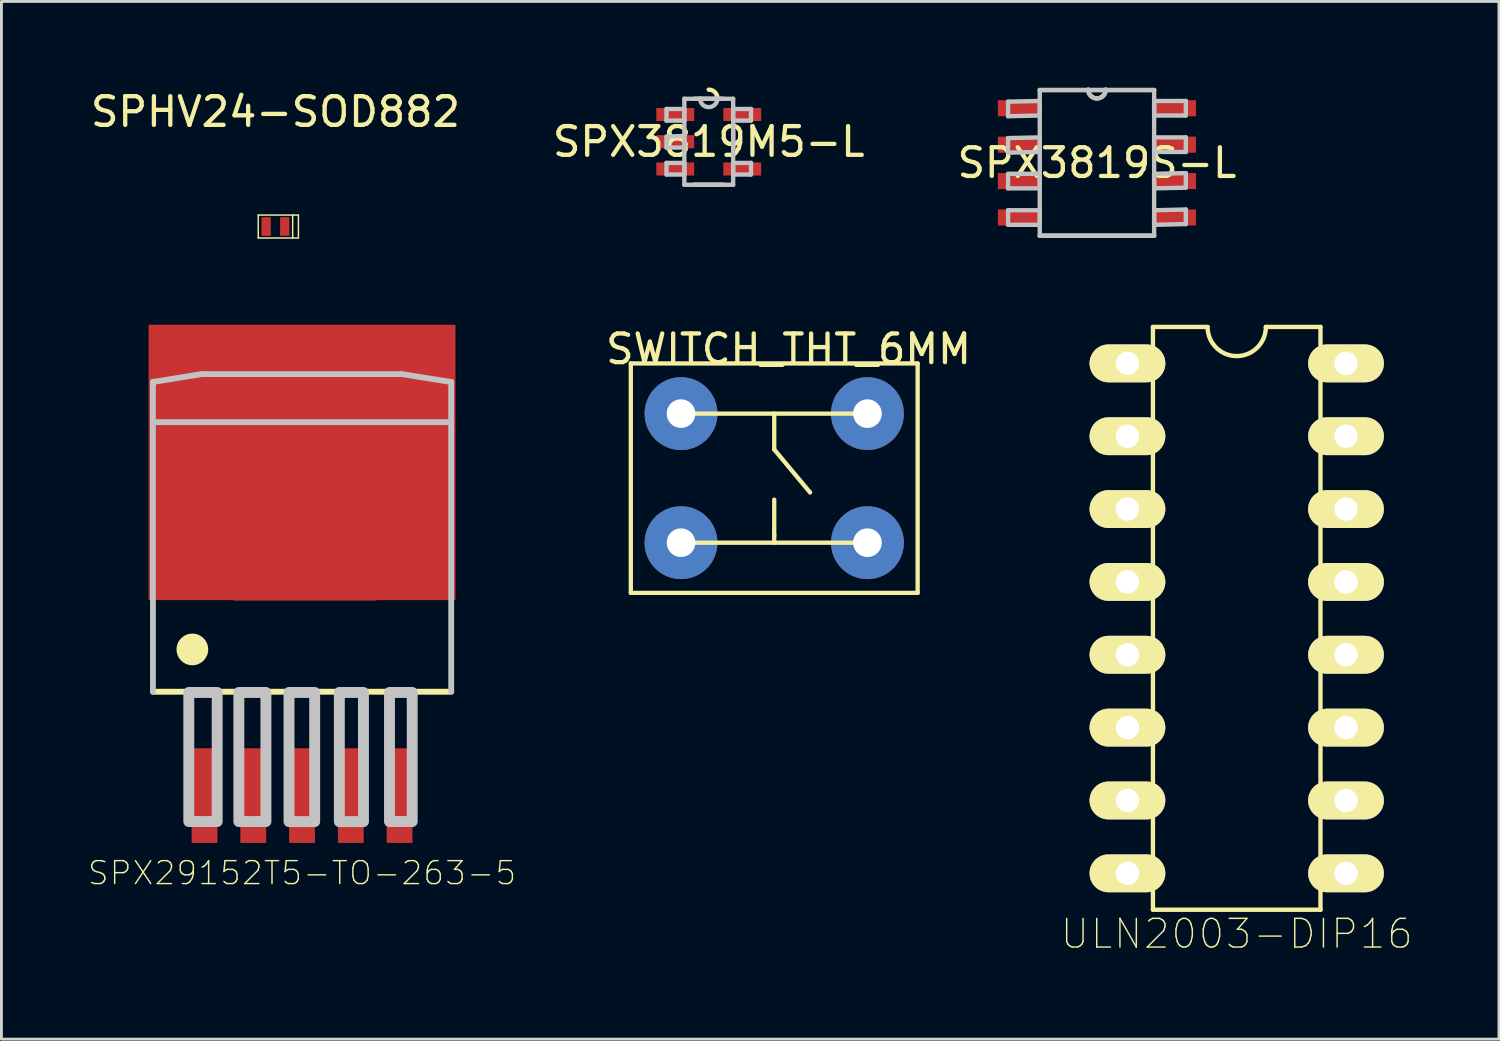
<source format=kicad_pcb>
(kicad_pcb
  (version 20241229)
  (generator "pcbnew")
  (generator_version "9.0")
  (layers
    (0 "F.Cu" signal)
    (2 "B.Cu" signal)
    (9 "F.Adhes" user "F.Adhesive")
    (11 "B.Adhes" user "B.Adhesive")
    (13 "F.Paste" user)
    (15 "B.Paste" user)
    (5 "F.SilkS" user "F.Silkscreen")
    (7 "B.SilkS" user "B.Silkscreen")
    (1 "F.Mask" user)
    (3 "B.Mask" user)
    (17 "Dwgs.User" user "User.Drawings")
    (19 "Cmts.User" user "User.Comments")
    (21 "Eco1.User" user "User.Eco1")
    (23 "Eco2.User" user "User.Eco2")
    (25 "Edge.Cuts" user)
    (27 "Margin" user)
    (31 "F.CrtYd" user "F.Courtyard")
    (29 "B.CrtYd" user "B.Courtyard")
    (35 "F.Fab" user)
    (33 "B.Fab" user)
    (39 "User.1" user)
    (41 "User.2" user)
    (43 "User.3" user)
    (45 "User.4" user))
  (footprint "ULN2003-DIP16"
    (layer "F.Cu")
    (at 43.069 28.509)
    (property "Reference" "ULN2003-DIP16" (at -3 1 0) (layer "F.SilkS") (effects (font (size 1 1) (thickness 0.05))))
    (attr through_hole)
    (fp_line (start -5.921 -20.16) (end -5.921 0.16) (stroke (width 0.152) (type solid)) (layer "F.SilkS"))
    (fp_line (start -5.921 -20.16) (end -4.016 -20.16) (stroke (width 0.152) (type solid)) (layer "F.SilkS"))
    (fp_line (start -0.079 -20.16) (end -1.984 -20.16) (stroke (width 0.152) (type solid)) (layer "F.SilkS"))
    (fp_line (start -0.079 0.16) (end -5.921 0.16) (stroke (width 0.152) (type solid)) (layer "F.SilkS"))
    (fp_line (start -0.079 0.16) (end -0.079 -20.16) (stroke (width 0.152) (type solid)) (layer "F.SilkS"))
    (fp_arc (start -1.984 -20.16) (mid -3 -19.144) (end -4.016 -20.16) (stroke (width 0.1524) (type solid)) (layer "F.SilkS"))
    (pad "1" thru_hole oval (at -6.81 -18.89) (size 2.642 1.321) (drill 0.813) (layers "*.Cu" "*.Mask" "F.SilkS"))
    (pad "2" thru_hole oval (at -6.81 -16.35) (size 2.642 1.321) (drill 0.813) (layers "*.Cu" "*.Mask" "F.SilkS"))
    (pad "3" thru_hole oval (at -6.81 -13.81) (size 2.642 1.321) (drill 0.813) (layers "*.Cu" "*.Mask" "F.SilkS"))
    (pad "4" thru_hole oval (at -6.81 -11.27) (size 2.642 1.321) (drill 0.813) (layers "*.Cu" "*.Mask" "F.SilkS"))
    (pad "5" thru_hole oval (at -6.81 -8.73) (size 2.642 1.321) (drill 0.813) (layers "*.Cu" "*.Mask" "F.SilkS"))
    (pad "6" thru_hole oval (at -6.81 -6.19) (size 2.642 1.321) (drill 0.813) (layers "*.Cu" "*.Mask" "F.SilkS"))
    (pad "7" thru_hole oval (at -6.81 -3.65) (size 2.642 1.321) (drill 0.813) (layers "*.Cu" "*.Mask" "F.SilkS"))
    (pad "8" thru_hole oval (at -6.81 -1.11) (size 2.642 1.321) (drill 0.813) (layers "*.Cu" "*.Mask" "F.SilkS"))
    (pad "9" thru_hole oval (at 0.81 -1.11) (size 2.642 1.321) (drill 0.813) (layers "*.Cu" "*.Mask" "F.SilkS"))
    (pad "10" thru_hole oval (at 0.81 -3.65) (size 2.642 1.321) (drill 0.813) (layers "*.Cu" "*.Mask" "F.SilkS"))
    (pad "11" thru_hole oval (at 0.81 -6.19) (size 2.642 1.321) (drill 0.813) (layers "*.Cu" "*.Mask" "F.SilkS"))
    (pad "12" thru_hole oval (at 0.81 -8.73) (size 2.642 1.321) (drill 0.813) (layers "*.Cu" "*.Mask" "F.SilkS"))
    (pad "13" thru_hole oval (at 0.81 -11.27) (size 2.642 1.321) (drill 0.813) (layers "*.Cu" "*.Mask" "F.SilkS"))
    (pad "14" thru_hole oval (at 0.81 -13.81) (size 2.642 1.321) (drill 0.813) (layers "*.Cu" "*.Mask" "F.SilkS"))
    (pad "15" thru_hole oval (at 0.81 -16.35) (size 2.642 1.321) (drill 0.813) (layers "*.Cu" "*.Mask" "F.SilkS"))
    (pad "16" thru_hole oval (at 0.81 -18.89) (size 2.642 1.321) (drill 0.813) (layers "*.Cu" "*.Mask" "F.SilkS")))
  (footprint "SWITCH_THT_6MM"
    (layer "F.Cu")
    (at 23.944 13.621)
    (property "Reference" "SWITCH_THT_6MM" (at 0.5 -4.5 0) (layer "F.SilkS") (effects (font (size 1 1) (thickness 0.15))))
    (attr through_hole)
    (fp_line (start -5 -4) (end 5 -4) (stroke (width 0.15) (type solid)) (layer "F.SilkS"))
    (fp_line (start -5 4) (end -5 -4) (stroke (width 0.15) (type solid)) (layer "F.SilkS"))
    (fp_line (start -3.25 -2.25) (end 3.25 -2.25) (stroke (width 0.15) (type solid)) (layer "F.SilkS"))
    (fp_line (start -3.25 2.25) (end 3.25 2.25) (stroke (width 0.15) (type solid)) (layer "F.SilkS"))
    (fp_line (start 0 -2.25) (end 0 -1) (stroke (width 0.15) (type solid)) (layer "F.SilkS"))
    (fp_line (start 0 -1) (end 1.25 0.5) (stroke (width 0.15) (type solid)) (layer "F.SilkS"))
    (fp_line (start 0 2) (end 0 0.75) (stroke (width 0.15) (type solid)) (layer "F.SilkS"))
    (fp_line (start 0 2) (end 0 2.25) (stroke (width 0.15) (type solid)) (layer "F.SilkS"))
    (fp_line (start 5 -4) (end 5 4) (stroke (width 0.15) (type solid)) (layer "F.SilkS"))
    (fp_line (start 5 4) (end -5 4) (stroke (width 0.15) (type solid)) (layer "F.SilkS"))
    (pad "1" thru_hole oval (at -3.25 -2.25) (size 2.54 2.54) (drill oval 1) (layers "*.Cu" "*.Mask"))
    (pad "2" thru_hole oval (at 3.25 -2.25) (size 2.54 2.54) (drill oval 1) (layers "*.Cu" "*.Mask"))
    (pad "3" thru_hole oval (at -3.25 2.25) (size 2.54 2.54) (drill oval 1) (layers "*.Cu" "*.Mask"))
    (pad "4" thru_hole oval (at 3.25 2.25) (size 2.54 2.54) (drill oval 1) (layers "*.Cu" "*.Mask")))
  (footprint "SPX29152T5-TO-263-5"
    (layer "F.Cu")
    (at 7.481 24.689)
    (property "Reference" "SPX29152T5-TO-263-5" (at 0 2.7 0) (layer "F.SilkS") (effects (font (size 0.8 0.8) (thickness 0.05))))
    (attr smd)
    (fp_line (start 5.201 -3.621) (end -5.199 -3.621) (stroke (width 0.203) (type solid)) (layer "F.SilkS"))
    (fp_circle (center -3.824 -5.096) (end -3.272 -5.096) (stroke (width 0) (type solid)) (fill yes) (layer "F.SilkS"))
    (fp_line (start -5.199 -14.421) (end -3.499 -14.696) (stroke (width 0.203) (type solid)) (layer "Dwgs.User"))
    (fp_line (start -5.199 -13.021) (end -5.199 -14.421) (stroke (width 0.203) (type solid)) (layer "Dwgs.User"))
    (fp_line (start -5.199 -13.021) (end 5.201 -13.021) (stroke (width 0.203) (type solid)) (layer "Dwgs.User"))
    (fp_line (start -5.199 -3.621) (end -5.199 -13.021) (stroke (width 0.203) (type solid)) (layer "Dwgs.User"))
    (fp_line (start -3.499 -14.696) (end 3.476 -14.696) (stroke (width 0.203) (type solid)) (layer "Dwgs.User"))
    (fp_line (start 3.476 -14.696) (end 5.201 -14.421) (stroke (width 0.203) (type solid)) (layer "Dwgs.User"))
    (fp_line (start 5.201 -14.421) (end 5.201 -13.021) (stroke (width 0.203) (type solid)) (layer "Dwgs.User"))
    (fp_line (start 5.201 -13.021) (end 5.201 -3.621) (stroke (width 0.203) (type solid)) (layer "Dwgs.User"))
    (fp_poly (pts (xy -3.948 -3.596) (xy -2.959 -3.596) (xy -2.959 0.904) (xy -3.948 0.904)) (stroke (width 0.381) (type solid)) (fill no) (layer "Dwgs.User"))
    (fp_poly (pts (xy -2.203 -3.596) (xy -1.259 -3.596) (xy -1.259 0.905) (xy -2.203 0.905)) (stroke (width 0.381) (type solid)) (fill no) (layer "Dwgs.User"))
    (fp_poly (pts (xy -0.454 -3.596) (xy 0.441 -3.596) (xy 0.441 0.907) (xy -0.454 0.907)) (stroke (width 0.381) (type solid)) (fill no) (layer "Dwgs.User"))
    (fp_poly (pts (xy 1.3 -3.596) (xy 2.141 -3.596) (xy 2.141 0.906) (xy 1.3 0.906)) (stroke (width 0.381) (type solid)) (fill no) (layer "Dwgs.User"))
    (fp_poly (pts (xy 3.049 -3.596) (xy 3.841 -3.596) (xy 3.841 0.905) (xy 3.049 0.905)) (stroke (width 0.381) (type solid)) (fill no) (layer "Dwgs.User"))
    (pad "1" smd rect (at -3.4 0) (size 0.9 3.3) (layers "F.Cu" "F.Mask" "F.Paste"))
    (pad "2" smd rect (at -1.7 0) (size 0.9 3.3) (layers "F.Cu" "F.Mask" "F.Paste"))
    (pad "3" smd rect (at 0 0) (size 0.9 3.3) (layers "F.Cu" "F.Mask" "F.Paste"))
    (pad "4" smd rect (at 1.7 0) (size 0.9 3.3) (layers "F.Cu" "F.Mask" "F.Paste"))
    (pad "5" smd rect (at 3.4 0) (size 0.9 3.3) (layers "F.Cu" "F.Mask" "F.Paste"))
    (pad "6" smd rect (at 0.1 -8.3) (size 5 3) (layers "F.Cu" "F.Mask" "F.Paste"))
    (pad "TAB" smd rect (at 0 -11.616) (size 10.7 9.6) (layers "F.Cu" "F.Mask" "F.Paste")))
  (footprint "SPX3819S-L"
    (layer "F.Cu")
    (at 35.196 2.629)
    (property "Reference" "SPX3819S-L" (at 0 0 0) (layer "F.SilkS") (effects (font (size 1 1) (thickness 0.15))))
    (attr through_hole)
    (fp_line (start -1.994 2.54) (end 1.994 2.54) (stroke (width 0.152) (type solid)) (layer "F.SilkS"))
    (fp_line (start 1.994 -2.54) (end -1.994 -2.54) (stroke (width 0.152) (type solid)) (layer "F.SilkS"))
    (fp_arc (start 0.3048 -2.5527) (mid 0 -2.2479) (end -0.3048 -2.5527) (stroke (width 0.1524) (type solid)) (layer "F.SilkS"))
    (fp_line (start -3.099 -2.134) (end -3.099 -1.626) (stroke (width 0.152) (type solid)) (layer "Dwgs.User"))
    (fp_line (start -3.099 -1.626) (end -1.994 -1.651) (stroke (width 0.152) (type solid)) (layer "Dwgs.User"))
    (fp_line (start -3.099 -0.864) (end -3.099 -0.356) (stroke (width 0.152) (type solid)) (layer "Dwgs.User"))
    (fp_line (start -3.099 -0.356) (end -1.994 -0.381) (stroke (width 0.152) (type solid)) (layer "Dwgs.User"))
    (fp_line (start -3.099 0.381) (end -3.099 0.889) (stroke (width 0.152) (type solid)) (layer "Dwgs.User"))
    (fp_line (start -3.099 0.889) (end -1.994 0.889) (stroke (width 0.152) (type solid)) (layer "Dwgs.User"))
    (fp_line (start -3.099 1.651) (end -3.099 2.159) (stroke (width 0.152) (type solid)) (layer "Dwgs.User"))
    (fp_line (start -3.099 2.159) (end -1.994 2.159) (stroke (width 0.152) (type solid)) (layer "Dwgs.User"))
    (fp_line (start -1.994 -2.54) (end -1.994 2.54) (stroke (width 0.152) (type solid)) (layer "Dwgs.User"))
    (fp_line (start -1.994 -2.159) (end -3.099 -2.134) (stroke (width 0.152) (type solid)) (layer "Dwgs.User"))
    (fp_line (start -1.994 -1.651) (end -1.994 -2.159) (stroke (width 0.152) (type solid)) (layer "Dwgs.User"))
    (fp_line (start -1.994 -0.889) (end -3.099 -0.864) (stroke (width 0.152) (type solid)) (layer "Dwgs.User"))
    (fp_line (start -1.994 -0.381) (end -1.994 -0.889) (stroke (width 0.152) (type solid)) (layer "Dwgs.User"))
    (fp_line (start -1.994 0.381) (end -3.099 0.381) (stroke (width 0.152) (type solid)) (layer "Dwgs.User"))
    (fp_line (start -1.994 0.889) (end -1.994 0.381) (stroke (width 0.152) (type solid)) (layer "Dwgs.User"))
    (fp_line (start -1.994 1.651) (end -3.099 1.651) (stroke (width 0.152) (type solid)) (layer "Dwgs.User"))
    (fp_line (start -1.994 2.159) (end -1.994 1.651) (stroke (width 0.152) (type solid)) (layer "Dwgs.User"))
    (fp_line (start -1.994 2.54) (end 1.994 2.54) (stroke (width 0.152) (type solid)) (layer "Dwgs.User"))
    (fp_line (start 1.994 -2.54) (end -1.994 -2.54) (stroke (width 0.152) (type solid)) (layer "Dwgs.User"))
    (fp_line (start 1.994 -2.159) (end 1.994 -1.651) (stroke (width 0.152) (type solid)) (layer "Dwgs.User"))
    (fp_line (start 1.994 -1.651) (end 3.099 -1.651) (stroke (width 0.152) (type solid)) (layer "Dwgs.User"))
    (fp_line (start 1.994 -0.889) (end 1.994 -0.381) (stroke (width 0.152) (type solid)) (layer "Dwgs.User"))
    (fp_line (start 1.994 -0.381) (end 3.099 -0.381) (stroke (width 0.152) (type solid)) (layer "Dwgs.User"))
    (fp_line (start 1.994 0.381) (end 1.994 0.889) (stroke (width 0.152) (type solid)) (layer "Dwgs.User"))
    (fp_line (start 1.994 0.889) (end 3.099 0.864) (stroke (width 0.152) (type solid)) (layer "Dwgs.User"))
    (fp_line (start 1.994 1.651) (end 1.994 2.159) (stroke (width 0.152) (type solid)) (layer "Dwgs.User"))
    (fp_line (start 1.994 2.159) (end 3.099 2.134) (stroke (width 0.152) (type solid)) (layer "Dwgs.User"))
    (fp_line (start 1.994 2.54) (end 1.994 -2.54) (stroke (width 0.152) (type solid)) (layer "Dwgs.User"))
    (fp_line (start 3.099 -2.159) (end 1.994 -2.159) (stroke (width 0.152) (type solid)) (layer "Dwgs.User"))
    (fp_line (start 3.099 -1.651) (end 3.099 -2.159) (stroke (width 0.152) (type solid)) (layer "Dwgs.User"))
    (fp_line (start 3.099 -0.889) (end 1.994 -0.889) (stroke (width 0.152) (type solid)) (layer "Dwgs.User"))
    (fp_line (start 3.099 -0.381) (end 3.099 -0.889) (stroke (width 0.152) (type solid)) (layer "Dwgs.User"))
    (fp_line (start 3.099 0.356) (end 1.994 0.381) (stroke (width 0.152) (type solid)) (layer "Dwgs.User"))
    (fp_line (start 3.099 0.864) (end 3.099 0.356) (stroke (width 0.152) (type solid)) (layer "Dwgs.User"))
    (fp_line (start 3.099 1.626) (end 1.994 1.651) (stroke (width 0.152) (type solid)) (layer "Dwgs.User"))
    (fp_line (start 3.099 2.134) (end 3.099 1.626) (stroke (width 0.152) (type solid)) (layer "Dwgs.User"))
    (fp_arc (start 0.3048 -2.5527) (mid 0 -2.2479) (end -0.3048 -2.5527) (stroke (width 0.1524) (type solid)) (layer "Dwgs.User"))
    (fp_text user "Copyright 2016 Accelerated Designs. All rights reserved." (at 0 0 0) (layer "Cmts.User") (effects (font (size 0.127 0.127) (thickness 0.002))))
    (pad "1" smd rect (at -2.705 -1.905) (size 1.499 0.559) (layers "F.Cu"))
    (pad "2" smd rect (at -2.705 -0.635) (size 1.499 0.559) (layers "F.Cu"))
    (pad "3" smd rect (at -2.705 0.635) (size 1.499 0.559) (layers "F.Cu"))
    (pad "4" smd rect (at -2.705 1.905) (size 1.499 0.559) (layers "F.Cu"))
    (pad "5" smd rect (at 2.705 1.905) (size 1.499 0.559) (layers "F.Cu"))
    (pad "6" smd rect (at 2.705 0.635) (size 1.499 0.559) (layers "F.Cu"))
    (pad "7" smd rect (at 2.705 -0.635) (size 1.499 0.559) (layers "F.Cu"))
    (pad "8" smd rect (at 2.705 -1.905) (size 1.499 0.559) (layers "F.Cu")))
  (footprint "SPHV24-SOD882"
    (layer "F.Cu")
    (at 6.554 4.848)
    (property "Reference" "SPHV24-SOD882" (at 0 -4 0) (layer "F.SilkS") (effects (font (size 1 1) (thickness 0.15))))
    (attr through_hole)
    (fp_line (start -0.6 -0.4) (end -0.6 0.4) (stroke (width 0.05) (type solid)) (layer "F.SilkS"))
    (fp_line (start -0.6 0.4) (end 0.6 0.4) (stroke (width 0.05) (type solid)) (layer "F.SilkS"))
    (fp_line (start 0.6 -0.4) (end 0.6 0.4) (stroke (width 0.05) (type solid)) (layer "F.SilkS"))
    (fp_line (start 0.6 0.4) (end 0.8 0.4) (stroke (width 0.05) (type solid)) (layer "F.SilkS"))
    (fp_line (start 0.8 -0.4) (end -0.6 -0.4) (stroke (width 0.05) (type solid)) (layer "F.SilkS"))
    (fp_line (start 0.8 0.4) (end 0.8 -0.4) (stroke (width 0.05) (type solid)) (layer "F.SilkS"))
    (pad "1" smd rect (at 0.325 0) (size 0.325 0.65) (layers "F.Cu" "F.Mask" "F.Paste"))
    (pad "2" smd rect (at -0.325 0) (size 0.325 0.65) (layers "F.Cu" "F.Mask" "F.Paste")))
  (footprint "SPX3819M5-L"
    (layer "F.Cu")
    (at 21.661 1.892)
    (property "Reference" "SPX3819M5-L" (at 0 0 0) (layer "F.SilkS") (effects (font (size 1 1) (thickness 0.15))))
    (attr through_hole)
    (fp_line (start -0.503 1.499) (end 0.503 1.499) (stroke (width 0.152) (type solid)) (layer "F.SilkS"))
    (fp_line (start 0.503 -1.499) (end -0.503 -1.499) (stroke (width 0.152) (type solid)) (layer "F.SilkS"))
    (fp_line (start 0.851 0.381) (end 0.851 -0.381) (stroke (width 0.152) (type solid)) (layer "F.SilkS"))
    (fp_arc (start 0 -1.8161) (mid 0.188594 -1.750748) (end 0.296315 -1.582716) (stroke (width 0.1524) (type solid)) (layer "F.SilkS"))
    (fp_line (start -1.473 -1.143) (end -1.473 -0.737) (stroke (width 0.152) (type solid)) (layer "Dwgs.User"))
    (fp_line (start -1.473 -0.737) (end -0.851 -0.737) (stroke (width 0.152) (type solid)) (layer "Dwgs.User"))
    (fp_line (start -1.473 -0.178) (end -1.473 0.203) (stroke (width 0.152) (type solid)) (layer "Dwgs.User"))
    (fp_line (start -1.473 0.203) (end -0.851 0.203) (stroke (width 0.152) (type solid)) (layer "Dwgs.User"))
    (fp_line (start -1.473 0.737) (end -1.473 1.143) (stroke (width 0.152) (type solid)) (layer "Dwgs.User"))
    (fp_line (start -1.473 1.143) (end -0.851 1.143) (stroke (width 0.152) (type solid)) (layer "Dwgs.User"))
    (fp_line (start -0.851 -1.499) (end -0.851 1.499) (stroke (width 0.152) (type solid)) (layer "Dwgs.User"))
    (fp_line (start -0.851 -1.143) (end -1.473 -1.143) (stroke (width 0.152) (type solid)) (layer "Dwgs.User"))
    (fp_line (start -0.851 -0.737) (end -0.851 -1.143) (stroke (width 0.152) (type solid)) (layer "Dwgs.User"))
    (fp_line (start -0.851 -0.203) (end -1.473 -0.178) (stroke (width 0.152) (type solid)) (layer "Dwgs.User"))
    (fp_line (start -0.851 0.203) (end -0.851 -0.203) (stroke (width 0.152) (type solid)) (layer "Dwgs.User"))
    (fp_line (start -0.851 0.737) (end -1.473 0.737) (stroke (width 0.152) (type solid)) (layer "Dwgs.User"))
    (fp_line (start -0.851 1.143) (end -0.851 0.737) (stroke (width 0.152) (type solid)) (layer "Dwgs.User"))
    (fp_line (start -0.851 1.499) (end 0.851 1.499) (stroke (width 0.152) (type solid)) (layer "Dwgs.User"))
    (fp_line (start 0.851 -1.499) (end -0.851 -1.499) (stroke (width 0.152) (type solid)) (layer "Dwgs.User"))
    (fp_line (start 0.851 -1.143) (end 0.851 -0.737) (stroke (width 0.152) (type solid)) (layer "Dwgs.User"))
    (fp_line (start 0.851 -0.737) (end 1.473 -0.737) (stroke (width 0.152) (type solid)) (layer "Dwgs.User"))
    (fp_line (start 0.851 0.737) (end 0.851 1.143) (stroke (width 0.152) (type solid)) (layer "Dwgs.User"))
    (fp_line (start 0.851 1.143) (end 1.473 1.143) (stroke (width 0.152) (type solid)) (layer "Dwgs.User"))
    (fp_line (start 0.851 1.499) (end 0.851 -1.499) (stroke (width 0.152) (type solid)) (layer "Dwgs.User"))
    (fp_line (start 1.473 -1.143) (end 0.851 -1.143) (stroke (width 0.152) (type solid)) (layer "Dwgs.User"))
    (fp_line (start 1.473 -0.737) (end 1.473 -1.143) (stroke (width 0.152) (type solid)) (layer "Dwgs.User"))
    (fp_line (start 1.473 0.737) (end 0.851 0.737) (stroke (width 0.152) (type solid)) (layer "Dwgs.User"))
    (fp_line (start 1.473 1.143) (end 1.473 0.737) (stroke (width 0.152) (type solid)) (layer "Dwgs.User"))
    (fp_arc (start 0.3048 -1.5113) (mid 0 -1.2065) (end -0.3048 -1.5113) (stroke (width 0.1524) (type solid)) (layer "Dwgs.User"))
    (fp_text user "Copyright 2016 Accelerated Designs. All rights reserved." (at 0 0 0) (layer "Cmts.User") (effects (font (size 0.127 0.127) (thickness 0.002))))
    (pad "" smd rect (at -1.168 -0.95) (size 1.321 0.508) (layers "F.Mask"))
    (pad "" smd rect (at -1.168 0) (size 1.321 0.508) (layers "F.Mask"))
    (pad "" smd rect (at -1.168 0.95) (size 1.321 0.508) (layers "F.Mask"))
    (pad "" smd rect (at 1.168 -0.95) (size 1.321 0.508) (layers "F.Mask"))
    (pad "" smd rect (at 1.168 0.95) (size 1.321 0.508) (layers "F.Mask"))
    (pad "1" smd rect (at -1.168 -0.95) (size 1.321 0.457) (layers "F.Cu"))
    (pad "2" smd rect (at -1.168 0) (size 1.321 0.457) (layers "F.Cu"))
    (pad "3" smd rect (at -1.168 0.95) (size 1.321 0.457) (layers "F.Cu"))
    (pad "4" smd rect (at 1.168 0.95) (size 1.321 0.457) (layers "F.Cu"))
    (pad "5" smd rect (at 1.168 -0.95) (size 1.321 0.457) (layers "F.Cu")))
  (gr_rect
    (start -3 -3)
    (end 49.212 33.182)
    (stroke (width 0.1) (type default))
    (fill no)
    (layer "Edge.Cuts")))
</source>
